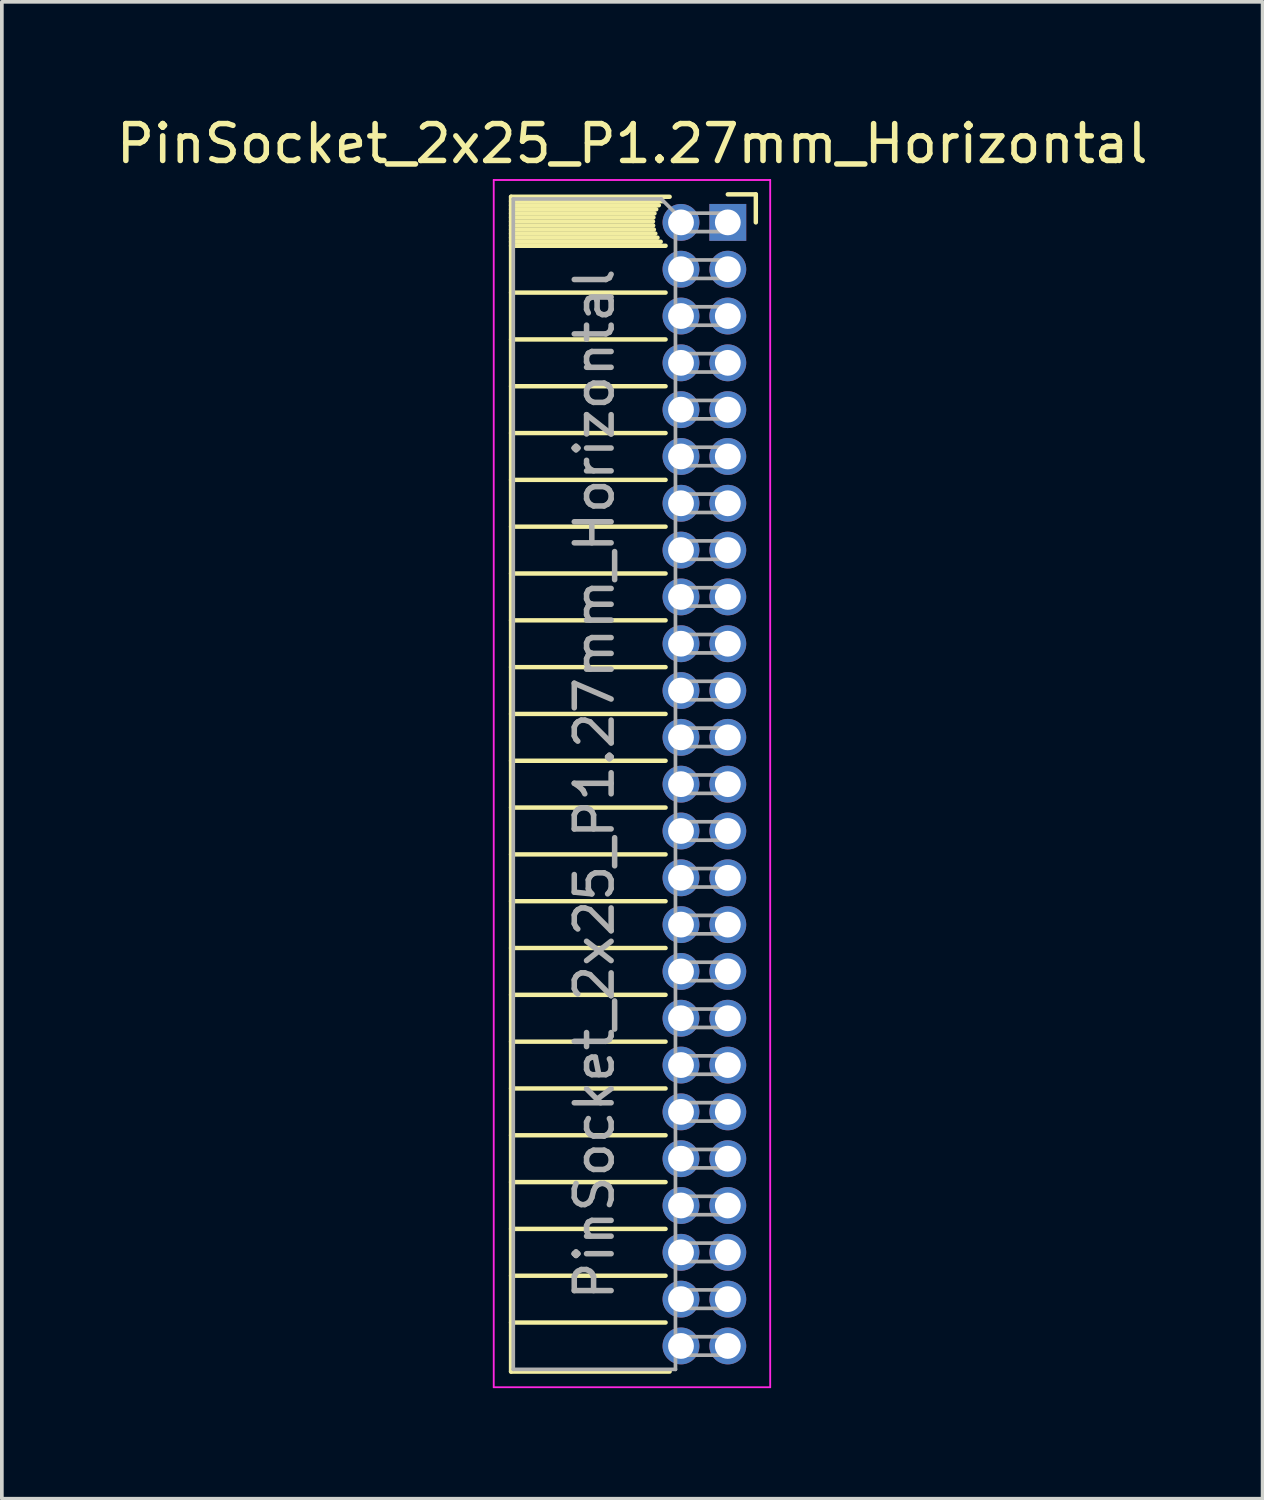
<source format=kicad_pcb>
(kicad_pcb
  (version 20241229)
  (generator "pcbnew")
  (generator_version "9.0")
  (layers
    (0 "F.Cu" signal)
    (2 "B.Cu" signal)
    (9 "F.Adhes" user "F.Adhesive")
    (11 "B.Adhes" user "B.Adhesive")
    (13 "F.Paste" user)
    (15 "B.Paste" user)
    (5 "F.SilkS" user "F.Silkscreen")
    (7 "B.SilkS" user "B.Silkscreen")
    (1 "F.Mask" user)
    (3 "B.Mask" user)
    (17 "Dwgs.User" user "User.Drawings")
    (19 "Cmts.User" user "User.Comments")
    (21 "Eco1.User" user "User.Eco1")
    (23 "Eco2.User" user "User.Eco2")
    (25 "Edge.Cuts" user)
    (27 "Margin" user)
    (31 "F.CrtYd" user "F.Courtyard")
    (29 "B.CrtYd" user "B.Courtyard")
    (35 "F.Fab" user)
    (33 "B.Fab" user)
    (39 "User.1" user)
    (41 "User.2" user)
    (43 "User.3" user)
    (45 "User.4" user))
  (footprint "PinSocket_2x25_P1.27mm_Horizontal"
    (layer "F.Cu")
    (at 16.694 2.983)
    (property "Reference" "PinSocket_2x25_P1.27mm_Horizontal" (at -2.592 -2.135 0) (layer "F.SilkS") (effects (font (size 1 1) (thickness 0.15))))
    (attr through_hole)
    (fp_line (start -5.88 -0.695) (end -5.88 31.175) (stroke (width 0.12) (type solid)) (layer "F.SilkS"))
    (fp_line (start -5.88 -0.695) (end -1.578 -0.695) (stroke (width 0.12) (type solid)) (layer "F.SilkS"))
    (fp_line (start -5.88 -0.575) (end -1.767 -0.575) (stroke (width 0.12) (type solid)) (layer "F.SilkS"))
    (fp_line (start -5.88 -0.465) (end -1.871 -0.465) (stroke (width 0.12) (type solid)) (layer "F.SilkS"))
    (fp_line (start -5.88 -0.355) (end -1.942 -0.355) (stroke (width 0.12) (type solid)) (layer "F.SilkS"))
    (fp_line (start -5.88 -0.245) (end -1.989 -0.245) (stroke (width 0.12) (type solid)) (layer "F.SilkS"))
    (fp_line (start -5.88 -0.135) (end -2.018 -0.135) (stroke (width 0.12) (type solid)) (layer "F.SilkS"))
    (fp_line (start -5.88 -0.025) (end -2.03 -0.025) (stroke (width 0.12) (type solid)) (layer "F.SilkS"))
    (fp_line (start -5.88 0.085) (end -2.025 0.085) (stroke (width 0.12) (type solid)) (layer "F.SilkS"))
    (fp_line (start -5.88 0.195) (end -2.005 0.195) (stroke (width 0.12) (type solid)) (layer "F.SilkS"))
    (fp_line (start -5.88 0.305) (end -1.966 0.305) (stroke (width 0.12) (type solid)) (layer "F.SilkS"))
    (fp_line (start -5.88 0.415) (end -1.907 0.415) (stroke (width 0.12) (type solid)) (layer "F.SilkS"))
    (fp_line (start -5.88 0.525) (end -1.82 0.525) (stroke (width 0.12) (type solid)) (layer "F.SilkS"))
    (fp_line (start -5.88 0.635) (end -1.688 0.635) (stroke (width 0.12) (type solid)) (layer "F.SilkS"))
    (fp_line (start -5.88 1.905) (end -1.688 1.905) (stroke (width 0.12) (type solid)) (layer "F.SilkS"))
    (fp_line (start -5.88 3.175) (end -1.688 3.175) (stroke (width 0.12) (type solid)) (layer "F.SilkS"))
    (fp_line (start -5.88 4.445) (end -1.688 4.445) (stroke (width 0.12) (type solid)) (layer "F.SilkS"))
    (fp_line (start -5.88 5.715) (end -1.688 5.715) (stroke (width 0.12) (type solid)) (layer "F.SilkS"))
    (fp_line (start -5.88 6.985) (end -1.688 6.985) (stroke (width 0.12) (type solid)) (layer "F.SilkS"))
    (fp_line (start -5.88 8.255) (end -1.688 8.255) (stroke (width 0.12) (type solid)) (layer "F.SilkS"))
    (fp_line (start -5.88 9.525) (end -1.688 9.525) (stroke (width 0.12) (type solid)) (layer "F.SilkS"))
    (fp_line (start -5.88 10.795) (end -1.688 10.795) (stroke (width 0.12) (type solid)) (layer "F.SilkS"))
    (fp_line (start -5.88 12.065) (end -1.688 12.065) (stroke (width 0.12) (type solid)) (layer "F.SilkS"))
    (fp_line (start -5.88 13.335) (end -1.688 13.335) (stroke (width 0.12) (type solid)) (layer "F.SilkS"))
    (fp_line (start -5.88 14.605) (end -1.688 14.605) (stroke (width 0.12) (type solid)) (layer "F.SilkS"))
    (fp_line (start -5.88 15.875) (end -1.688 15.875) (stroke (width 0.12) (type solid)) (layer "F.SilkS"))
    (fp_line (start -5.88 17.145) (end -1.688 17.145) (stroke (width 0.12) (type solid)) (layer "F.SilkS"))
    (fp_line (start -5.88 18.415) (end -1.688 18.415) (stroke (width 0.12) (type solid)) (layer "F.SilkS"))
    (fp_line (start -5.88 19.685) (end -1.688 19.685) (stroke (width 0.12) (type solid)) (layer "F.SilkS"))
    (fp_line (start -5.88 20.955) (end -1.688 20.955) (stroke (width 0.12) (type solid)) (layer "F.SilkS"))
    (fp_line (start -5.88 22.225) (end -1.688 22.225) (stroke (width 0.12) (type solid)) (layer "F.SilkS"))
    (fp_line (start -5.88 23.495) (end -1.688 23.495) (stroke (width 0.12) (type solid)) (layer "F.SilkS"))
    (fp_line (start -5.88 24.765) (end -1.688 24.765) (stroke (width 0.12) (type solid)) (layer "F.SilkS"))
    (fp_line (start -5.88 26.035) (end -1.688 26.035) (stroke (width 0.12) (type solid)) (layer "F.SilkS"))
    (fp_line (start -5.88 27.305) (end -1.688 27.305) (stroke (width 0.12) (type solid)) (layer "F.SilkS"))
    (fp_line (start -5.88 28.575) (end -1.688 28.575) (stroke (width 0.12) (type solid)) (layer "F.SilkS"))
    (fp_line (start -5.88 29.845) (end -1.688 29.845) (stroke (width 0.12) (type solid)) (layer "F.SilkS"))
    (fp_line (start -5.88 31.175) (end -1.578 31.175) (stroke (width 0.12) (type solid)) (layer "F.SilkS"))
    (fp_line (start 0 -0.76) (end 0.76 -0.76) (stroke (width 0.12) (type solid)) (layer "F.SilkS"))
    (fp_line (start 0.76 -0.76) (end 0.76 0) (stroke (width 0.12) (type solid)) (layer "F.SilkS"))
    (fp_line (start -6.35 -1.15) (end -6.35 31.6) (stroke (width 0.05) (type solid)) (layer "F.CrtYd"))
    (fp_line (start -6.35 31.6) (end 1.15 31.6) (stroke (width 0.05) (type solid)) (layer "F.CrtYd"))
    (fp_line (start 1.15 -1.15) (end -6.35 -1.15) (stroke (width 0.05) (type solid)) (layer "F.CrtYd"))
    (fp_line (start 1.15 31.6) (end 1.15 -1.15) (stroke (width 0.05) (type solid)) (layer "F.CrtYd"))
    (fp_line (start -5.82 -0.635) (end -1.805 -0.635) (stroke (width 0.1) (type solid)) (layer "F.Fab"))
    (fp_line (start -5.82 31.115) (end -5.82 -0.635) (stroke (width 0.1) (type solid)) (layer "F.Fab"))
    (fp_line (start -1.805 -0.635) (end -1.42 -0.25) (stroke (width 0.1) (type solid)) (layer "F.Fab"))
    (fp_line (start -1.42 -0.25) (end -1.42 31.115) (stroke (width 0.1) (type solid)) (layer "F.Fab"))
    (fp_line (start -1.42 0.25) (end 0 0.25) (stroke (width 0.1) (type solid)) (layer "F.Fab"))
    (fp_line (start -1.42 1.52) (end 0 1.52) (stroke (width 0.1) (type solid)) (layer "F.Fab"))
    (fp_line (start -1.42 2.79) (end 0 2.79) (stroke (width 0.1) (type solid)) (layer "F.Fab"))
    (fp_line (start -1.42 4.06) (end 0 4.06) (stroke (width 0.1) (type solid)) (layer "F.Fab"))
    (fp_line (start -1.42 5.33) (end 0 5.33) (stroke (width 0.1) (type solid)) (layer "F.Fab"))
    (fp_line (start -1.42 6.6) (end 0 6.6) (stroke (width 0.1) (type solid)) (layer "F.Fab"))
    (fp_line (start -1.42 7.87) (end 0 7.87) (stroke (width 0.1) (type solid)) (layer "F.Fab"))
    (fp_line (start -1.42 9.14) (end 0 9.14) (stroke (width 0.1) (type solid)) (layer "F.Fab"))
    (fp_line (start -1.42 10.41) (end 0 10.41) (stroke (width 0.1) (type solid)) (layer "F.Fab"))
    (fp_line (start -1.42 11.68) (end 0 11.68) (stroke (width 0.1) (type solid)) (layer "F.Fab"))
    (fp_line (start -1.42 12.95) (end 0 12.95) (stroke (width 0.1) (type solid)) (layer "F.Fab"))
    (fp_line (start -1.42 14.22) (end 0 14.22) (stroke (width 0.1) (type solid)) (layer "F.Fab"))
    (fp_line (start -1.42 15.49) (end 0 15.49) (stroke (width 0.1) (type solid)) (layer "F.Fab"))
    (fp_line (start -1.42 16.76) (end 0 16.76) (stroke (width 0.1) (type solid)) (layer "F.Fab"))
    (fp_line (start -1.42 18.03) (end 0 18.03) (stroke (width 0.1) (type solid)) (layer "F.Fab"))
    (fp_line (start -1.42 19.3) (end 0 19.3) (stroke (width 0.1) (type solid)) (layer "F.Fab"))
    (fp_line (start -1.42 20.57) (end 0 20.57) (stroke (width 0.1) (type solid)) (layer "F.Fab"))
    (fp_line (start -1.42 21.84) (end 0 21.84) (stroke (width 0.1) (type solid)) (layer "F.Fab"))
    (fp_line (start -1.42 23.11) (end 0 23.11) (stroke (width 0.1) (type solid)) (layer "F.Fab"))
    (fp_line (start -1.42 24.38) (end 0 24.38) (stroke (width 0.1) (type solid)) (layer "F.Fab"))
    (fp_line (start -1.42 25.65) (end 0 25.65) (stroke (width 0.1) (type solid)) (layer "F.Fab"))
    (fp_line (start -1.42 26.92) (end 0 26.92) (stroke (width 0.1) (type solid)) (layer "F.Fab"))
    (fp_line (start -1.42 28.19) (end 0 28.19) (stroke (width 0.1) (type solid)) (layer "F.Fab"))
    (fp_line (start -1.42 29.46) (end 0 29.46) (stroke (width 0.1) (type solid)) (layer "F.Fab"))
    (fp_line (start -1.42 30.73) (end 0 30.73) (stroke (width 0.1) (type solid)) (layer "F.Fab"))
    (fp_line (start -1.42 31.115) (end -5.82 31.115) (stroke (width 0.1) (type solid)) (layer "F.Fab"))
    (fp_line (start 0 -0.25) (end -1.42 -0.25) (stroke (width 0.1) (type solid)) (layer "F.Fab"))
    (fp_line (start 0 0.25) (end 0 -0.25) (stroke (width 0.1) (type solid)) (layer "F.Fab"))
    (fp_line (start 0 1.02) (end -1.42 1.02) (stroke (width 0.1) (type solid)) (layer "F.Fab"))
    (fp_line (start 0 1.52) (end 0 1.02) (stroke (width 0.1) (type solid)) (layer "F.Fab"))
    (fp_line (start 0 2.29) (end -1.42 2.29) (stroke (width 0.1) (type solid)) (layer "F.Fab"))
    (fp_line (start 0 2.79) (end 0 2.29) (stroke (width 0.1) (type solid)) (layer "F.Fab"))
    (fp_line (start 0 3.56) (end -1.42 3.56) (stroke (width 0.1) (type solid)) (layer "F.Fab"))
    (fp_line (start 0 4.06) (end 0 3.56) (stroke (width 0.1) (type solid)) (layer "F.Fab"))
    (fp_line (start 0 4.83) (end -1.42 4.83) (stroke (width 0.1) (type solid)) (layer "F.Fab"))
    (fp_line (start 0 5.33) (end 0 4.83) (stroke (width 0.1) (type solid)) (layer "F.Fab"))
    (fp_line (start 0 6.1) (end -1.42 6.1) (stroke (width 0.1) (type solid)) (layer "F.Fab"))
    (fp_line (start 0 6.6) (end 0 6.1) (stroke (width 0.1) (type solid)) (layer "F.Fab"))
    (fp_line (start 0 7.37) (end -1.42 7.37) (stroke (width 0.1) (type solid)) (layer "F.Fab"))
    (fp_line (start 0 7.87) (end 0 7.37) (stroke (width 0.1) (type solid)) (layer "F.Fab"))
    (fp_line (start 0 8.64) (end -1.42 8.64) (stroke (width 0.1) (type solid)) (layer "F.Fab"))
    (fp_line (start 0 9.14) (end 0 8.64) (stroke (width 0.1) (type solid)) (layer "F.Fab"))
    (fp_line (start 0 9.91) (end -1.42 9.91) (stroke (width 0.1) (type solid)) (layer "F.Fab"))
    (fp_line (start 0 10.41) (end 0 9.91) (stroke (width 0.1) (type solid)) (layer "F.Fab"))
    (fp_line (start 0 11.18) (end -1.42 11.18) (stroke (width 0.1) (type solid)) (layer "F.Fab"))
    (fp_line (start 0 11.68) (end 0 11.18) (stroke (width 0.1) (type solid)) (layer "F.Fab"))
    (fp_line (start 0 12.45) (end -1.42 12.45) (stroke (width 0.1) (type solid)) (layer "F.Fab"))
    (fp_line (start 0 12.95) (end 0 12.45) (stroke (width 0.1) (type solid)) (layer "F.Fab"))
    (fp_line (start 0 13.72) (end -1.42 13.72) (stroke (width 0.1) (type solid)) (layer "F.Fab"))
    (fp_line (start 0 14.22) (end 0 13.72) (stroke (width 0.1) (type solid)) (layer "F.Fab"))
    (fp_line (start 0 14.99) (end -1.42 14.99) (stroke (width 0.1) (type solid)) (layer "F.Fab"))
    (fp_line (start 0 15.49) (end 0 14.99) (stroke (width 0.1) (type solid)) (layer "F.Fab"))
    (fp_line (start 0 16.26) (end -1.42 16.26) (stroke (width 0.1) (type solid)) (layer "F.Fab"))
    (fp_line (start 0 16.76) (end 0 16.26) (stroke (width 0.1) (type solid)) (layer "F.Fab"))
    (fp_line (start 0 17.53) (end -1.42 17.53) (stroke (width 0.1) (type solid)) (layer "F.Fab"))
    (fp_line (start 0 18.03) (end 0 17.53) (stroke (width 0.1) (type solid)) (layer "F.Fab"))
    (fp_line (start 0 18.8) (end -1.42 18.8) (stroke (width 0.1) (type solid)) (layer "F.Fab"))
    (fp_line (start 0 19.3) (end 0 18.8) (stroke (width 0.1) (type solid)) (layer "F.Fab"))
    (fp_line (start 0 20.07) (end -1.42 20.07) (stroke (width 0.1) (type solid)) (layer "F.Fab"))
    (fp_line (start 0 20.57) (end 0 20.07) (stroke (width 0.1) (type solid)) (layer "F.Fab"))
    (fp_line (start 0 21.34) (end -1.42 21.34) (stroke (width 0.1) (type solid)) (layer "F.Fab"))
    (fp_line (start 0 21.84) (end 0 21.34) (stroke (width 0.1) (type solid)) (layer "F.Fab"))
    (fp_line (start 0 22.61) (end -1.42 22.61) (stroke (width 0.1) (type solid)) (layer "F.Fab"))
    (fp_line (start 0 23.11) (end 0 22.61) (stroke (width 0.1) (type solid)) (layer "F.Fab"))
    (fp_line (start 0 23.88) (end -1.42 23.88) (stroke (width 0.1) (type solid)) (layer "F.Fab"))
    (fp_line (start 0 24.38) (end 0 23.88) (stroke (width 0.1) (type solid)) (layer "F.Fab"))
    (fp_line (start 0 25.15) (end -1.42 25.15) (stroke (width 0.1) (type solid)) (layer "F.Fab"))
    (fp_line (start 0 25.65) (end 0 25.15) (stroke (width 0.1) (type solid)) (layer "F.Fab"))
    (fp_line (start 0 26.42) (end -1.42 26.42) (stroke (width 0.1) (type solid)) (layer "F.Fab"))
    (fp_line (start 0 26.92) (end 0 26.42) (stroke (width 0.1) (type solid)) (layer "F.Fab"))
    (fp_line (start 0 27.69) (end -1.42 27.69) (stroke (width 0.1) (type solid)) (layer "F.Fab"))
    (fp_line (start 0 28.19) (end 0 27.69) (stroke (width 0.1) (type solid)) (layer "F.Fab"))
    (fp_line (start 0 28.96) (end -1.42 28.96) (stroke (width 0.1) (type solid)) (layer "F.Fab"))
    (fp_line (start 0 29.46) (end 0 28.96) (stroke (width 0.1) (type solid)) (layer "F.Fab"))
    (fp_line (start 0 30.23) (end -1.42 30.23) (stroke (width 0.1) (type solid)) (layer "F.Fab"))
    (fp_line (start 0 30.73) (end 0 30.23) (stroke (width 0.1) (type solid)) (layer "F.Fab"))
    (fp_text user "${REFERENCE}" (at -3.62 15.24 90) (layer "F.Fab") (effects (font (size 1 1) (thickness 0.15))))
    (pad "1" thru_hole rect (at 0 0) (size 1 1) (drill 0.7) (layers "*.Cu" "*.Mask"))
    (pad "2" thru_hole oval (at -1.27 0) (size 1 1) (drill 0.7) (layers "*.Cu" "*.Mask"))
    (pad "3" thru_hole oval (at 0 1.27) (size 1 1) (drill 0.7) (layers "*.Cu" "*.Mask"))
    (pad "4" thru_hole oval (at -1.27 1.27) (size 1 1) (drill 0.7) (layers "*.Cu" "*.Mask"))
    (pad "5" thru_hole oval (at 0 2.54) (size 1 1) (drill 0.7) (layers "*.Cu" "*.Mask"))
    (pad "6" thru_hole oval (at -1.27 2.54) (size 1 1) (drill 0.7) (layers "*.Cu" "*.Mask"))
    (pad "7" thru_hole oval (at 0 3.81) (size 1 1) (drill 0.7) (layers "*.Cu" "*.Mask"))
    (pad "8" thru_hole oval (at -1.27 3.81) (size 1 1) (drill 0.7) (layers "*.Cu" "*.Mask"))
    (pad "9" thru_hole oval (at 0 5.08) (size 1 1) (drill 0.7) (layers "*.Cu" "*.Mask"))
    (pad "10" thru_hole oval (at -1.27 5.08) (size 1 1) (drill 0.7) (layers "*.Cu" "*.Mask"))
    (pad "11" thru_hole oval (at 0 6.35) (size 1 1) (drill 0.7) (layers "*.Cu" "*.Mask"))
    (pad "12" thru_hole oval (at -1.27 6.35) (size 1 1) (drill 0.7) (layers "*.Cu" "*.Mask"))
    (pad "13" thru_hole oval (at 0 7.62) (size 1 1) (drill 0.7) (layers "*.Cu" "*.Mask"))
    (pad "14" thru_hole oval (at -1.27 7.62) (size 1 1) (drill 0.7) (layers "*.Cu" "*.Mask"))
    (pad "15" thru_hole oval (at 0 8.89) (size 1 1) (drill 0.7) (layers "*.Cu" "*.Mask"))
    (pad "16" thru_hole oval (at -1.27 8.89) (size 1 1) (drill 0.7) (layers "*.Cu" "*.Mask"))
    (pad "17" thru_hole oval (at 0 10.16) (size 1 1) (drill 0.7) (layers "*.Cu" "*.Mask"))
    (pad "18" thru_hole oval (at -1.27 10.16) (size 1 1) (drill 0.7) (layers "*.Cu" "*.Mask"))
    (pad "19" thru_hole oval (at 0 11.43) (size 1 1) (drill 0.7) (layers "*.Cu" "*.Mask"))
    (pad "20" thru_hole oval (at -1.27 11.43) (size 1 1) (drill 0.7) (layers "*.Cu" "*.Mask"))
    (pad "21" thru_hole oval (at 0 12.7) (size 1 1) (drill 0.7) (layers "*.Cu" "*.Mask"))
    (pad "22" thru_hole oval (at -1.27 12.7) (size 1 1) (drill 0.7) (layers "*.Cu" "*.Mask"))
    (pad "23" thru_hole oval (at 0 13.97) (size 1 1) (drill 0.7) (layers "*.Cu" "*.Mask"))
    (pad "24" thru_hole oval (at -1.27 13.97) (size 1 1) (drill 0.7) (layers "*.Cu" "*.Mask"))
    (pad "25" thru_hole oval (at 0 15.24) (size 1 1) (drill 0.7) (layers "*.Cu" "*.Mask"))
    (pad "26" thru_hole oval (at -1.27 15.24) (size 1 1) (drill 0.7) (layers "*.Cu" "*.Mask"))
    (pad "27" thru_hole oval (at 0 16.51) (size 1 1) (drill 0.7) (layers "*.Cu" "*.Mask"))
    (pad "28" thru_hole oval (at -1.27 16.51) (size 1 1) (drill 0.7) (layers "*.Cu" "*.Mask"))
    (pad "29" thru_hole oval (at 0 17.78) (size 1 1) (drill 0.7) (layers "*.Cu" "*.Mask"))
    (pad "30" thru_hole oval (at -1.27 17.78) (size 1 1) (drill 0.7) (layers "*.Cu" "*.Mask"))
    (pad "31" thru_hole oval (at 0 19.05) (size 1 1) (drill 0.7) (layers "*.Cu" "*.Mask"))
    (pad "32" thru_hole oval (at -1.27 19.05) (size 1 1) (drill 0.7) (layers "*.Cu" "*.Mask"))
    (pad "33" thru_hole oval (at 0 20.32) (size 1 1) (drill 0.7) (layers "*.Cu" "*.Mask"))
    (pad "34" thru_hole oval (at -1.27 20.32) (size 1 1) (drill 0.7) (layers "*.Cu" "*.Mask"))
    (pad "35" thru_hole oval (at 0 21.59) (size 1 1) (drill 0.7) (layers "*.Cu" "*.Mask"))
    (pad "36" thru_hole oval (at -1.27 21.59) (size 1 1) (drill 0.7) (layers "*.Cu" "*.Mask"))
    (pad "37" thru_hole oval (at 0 22.86) (size 1 1) (drill 0.7) (layers "*.Cu" "*.Mask"))
    (pad "38" thru_hole oval (at -1.27 22.86) (size 1 1) (drill 0.7) (layers "*.Cu" "*.Mask"))
    (pad "39" thru_hole oval (at 0 24.13) (size 1 1) (drill 0.7) (layers "*.Cu" "*.Mask"))
    (pad "40" thru_hole oval (at -1.27 24.13) (size 1 1) (drill 0.7) (layers "*.Cu" "*.Mask"))
    (pad "41" thru_hole oval (at 0 25.4) (size 1 1) (drill 0.7) (layers "*.Cu" "*.Mask"))
    (pad "42" thru_hole oval (at -1.27 25.4) (size 1 1) (drill 0.7) (layers "*.Cu" "*.Mask"))
    (pad "43" thru_hole oval (at 0 26.67) (size 1 1) (drill 0.7) (layers "*.Cu" "*.Mask"))
    (pad "44" thru_hole oval (at -1.27 26.67) (size 1 1) (drill 0.7) (layers "*.Cu" "*.Mask"))
    (pad "45" thru_hole oval (at 0 27.94) (size 1 1) (drill 0.7) (layers "*.Cu" "*.Mask"))
    (pad "46" thru_hole oval (at -1.27 27.94) (size 1 1) (drill 0.7) (layers "*.Cu" "*.Mask"))
    (pad "47" thru_hole oval (at 0 29.21) (size 1 1) (drill 0.7) (layers "*.Cu" "*.Mask"))
    (pad "48" thru_hole oval (at -1.27 29.21) (size 1 1) (drill 0.7) (layers "*.Cu" "*.Mask"))
    (pad "49" thru_hole oval (at 0 30.48) (size 1 1) (drill 0.7) (layers "*.Cu" "*.Mask"))
    (pad "50" thru_hole oval (at -1.27 30.48) (size 1 1) (drill 0.7) (layers "*.Cu" "*.Mask")))
  (gr_rect
    (start -3 -3)
    (end 31.202 37.608)
    (stroke (width 0.1) (type default))
    (fill no)
    (layer "Edge.Cuts")))
</source>
